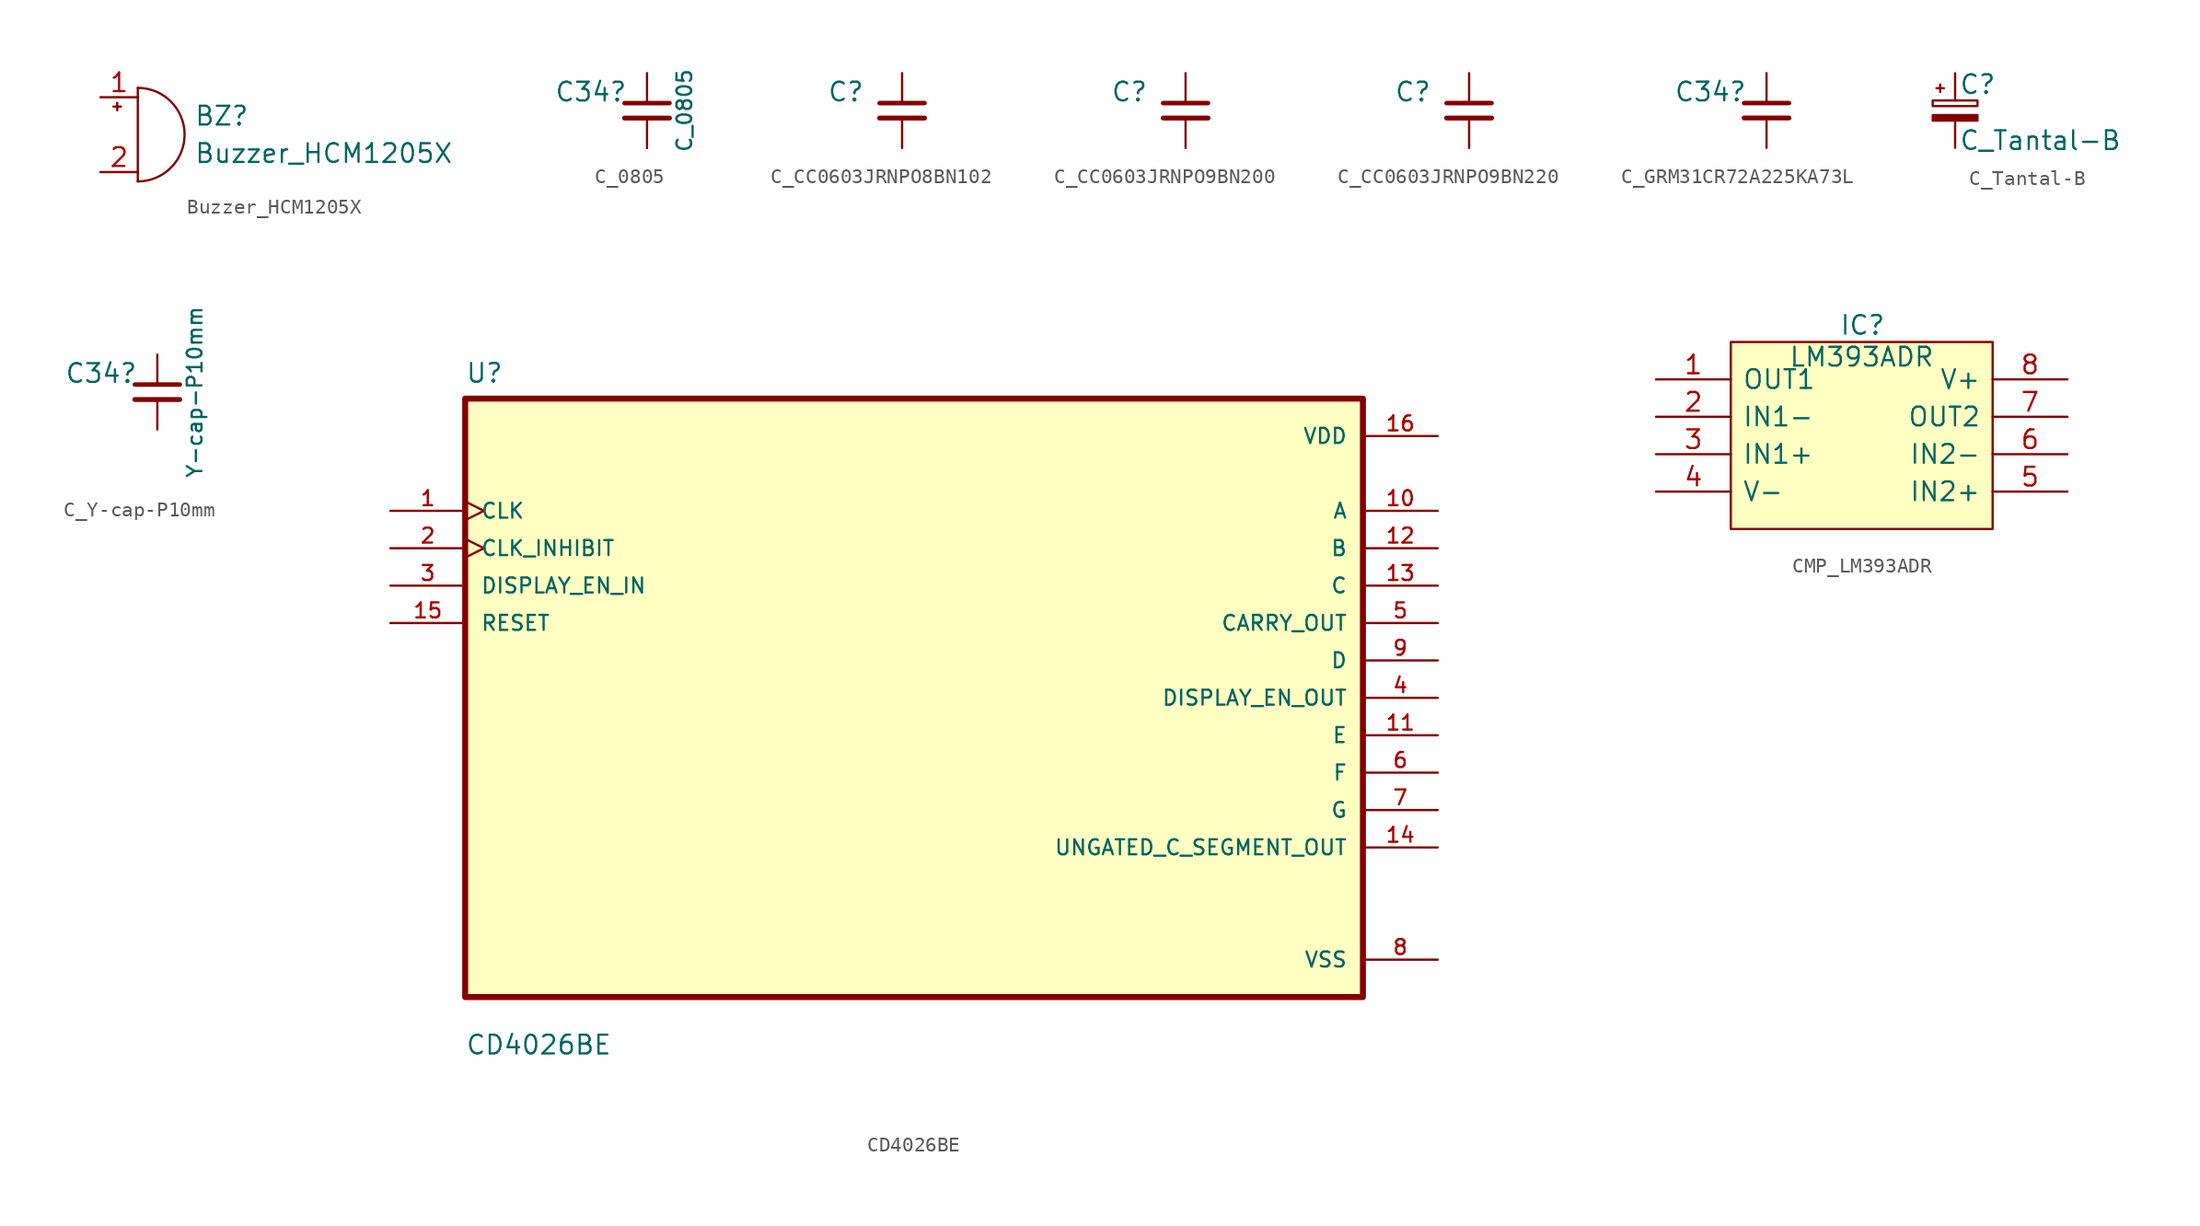
<source format=kicad_sym>
(kicad_symbol_lib
  (version 20220914)
  (generator kicad_symbol_editor)
  (symbol "Buzzer_HCM1205X"
    (pin_names
      (offset 0.025) hide)
    (property "Reference" "BZ"
      (at 3.81 1.27 0)
      (effects (font (size 1.27 1.27)) (justify left)))
    (property "Value" "Buzzer_HCM1205X"
      (at 3.81 -1.27 0)
      (effects (font (size 1.27 1.27)) (justify left)))
    (symbol "Buzzer_HCM1205X_0_1"
      (arc (start 0 -3.175) (mid 3.1612 0) (end 0 3.175) (stroke (width 0) (type default)) (fill (type none)))
      (polyline (pts (xy -1.651 1.905) (xy -1.143 1.905)) (stroke (width 0) (type default)) (fill (type none)))
      (polyline (pts (xy -1.397 2.159) (xy -1.397 1.651)) (stroke (width 0) (type default)) (fill (type none)))
      (polyline (pts (xy 0 3.175) (xy 0 -3.175)) (stroke (width 0) (type default)) (fill (type none))))
    (symbol "Buzzer_HCM1205X_1_1"
      (pin passive line (at -2.54 2.54 0) (length 2.54) (name "-" (effects (font (size 1.27 1.27)))) (number "1" (effects (font (size 1.27 1.27)))))
      (pin passive line (at -2.54 -2.54 0) (length 2.54) (name "+" (effects (font (size 1.27 1.27)))) (number "2" (effects (font (size 1.27 1.27)))))))
  (symbol "C_0805"
    (pin_numbers hide)
    (pin_names
      (offset 0.254) hide)
    (property "Reference" "C34"
      (at -3.81 1.27 0)
      (effects (font (size 1.27 1.27))))
    (property "Value" "C_0805"
      (at 2.54 0 90)
      (effects (font (size 1 1))))
    (symbol "C_0805_0_1"
      (polyline (pts (xy -1.524 -0.508) (xy 1.524 -0.508)) (stroke (width 0.33) (type default)) (fill (type none)))
      (polyline (pts (xy -1.524 0.508) (xy 1.524 0.508)) (stroke (width 0.305) (type default)) (fill (type none))))
    (symbol "C_0805_1_1"
      (pin passive line (at 0 2.54 270) (length 2.032) (name "~" (effects (font (size 1.27 1.27)))) (number "1" (effects (font (size 1.27 1.27)))))
      (pin passive line (at 0 -2.54 90) (length 2.032) (name "~" (effects (font (size 1.27 1.27)))) (number "2" (effects (font (size 1.27 1.27)))))))
  (symbol "C_CC0603JRNPO8BN102"
    (pin_numbers hide)
    (pin_names
      (offset 0.254) hide)
    (property "Reference" "C"
      (at -3.81 1.27 0)
      (effects (font (size 1.27 1.27))))
    (symbol "C_CC0603JRNPO8BN102_0_1"
      (polyline (pts (xy -1.524 -0.508) (xy 1.524 -0.508)) (stroke (width 0.33) (type default)) (fill (type none)))
      (polyline (pts (xy -1.524 0.508) (xy 1.524 0.508)) (stroke (width 0.305) (type default)) (fill (type none))))
    (symbol "C_CC0603JRNPO8BN102_1_1"
      (pin passive line (at 0 2.54 270) (length 2.032) (name "~" (effects (font (size 1.27 1.27)))) (number "1" (effects (font (size 1.27 1.27)))))
      (pin passive line (at 0 -2.54 90) (length 2.032) (name "~" (effects (font (size 1.27 1.27)))) (number "2" (effects (font (size 1.27 1.27)))))))
  (symbol "C_CC0603JRNPO9BN200"
    (pin_numbers hide)
    (pin_names
      (offset 0.254) hide)
    (property "Reference" "C"
      (at -3.81 1.27 0)
      (effects (font (size 1.27 1.27))))
    (symbol "C_CC0603JRNPO9BN200_0_1"
      (polyline (pts (xy -1.524 -0.508) (xy 1.524 -0.508)) (stroke (width 0.33) (type default)) (fill (type none)))
      (polyline (pts (xy -1.524 0.508) (xy 1.524 0.508)) (stroke (width 0.305) (type default)) (fill (type none))))
    (symbol "C_CC0603JRNPO9BN200_1_1"
      (pin passive line (at 0 2.54 270) (length 2.032) (name "~" (effects (font (size 1.27 1.27)))) (number "1" (effects (font (size 1.27 1.27)))))
      (pin passive line (at 0 -2.54 90) (length 2.032) (name "~" (effects (font (size 1.27 1.27)))) (number "2" (effects (font (size 1.27 1.27)))))))
  (symbol "C_CC0603JRNPO9BN220"
    (pin_numbers hide)
    (pin_names
      (offset 0.254) hide)
    (property "Reference" "C"
      (at -3.81 1.27 0)
      (effects (font (size 1.27 1.27))))
    (symbol "C_CC0603JRNPO9BN220_0_1"
      (polyline (pts (xy -1.524 -0.508) (xy 1.524 -0.508)) (stroke (width 0.33) (type default)) (fill (type none)))
      (polyline (pts (xy -1.524 0.508) (xy 1.524 0.508)) (stroke (width 0.305) (type default)) (fill (type none))))
    (symbol "C_CC0603JRNPO9BN220_1_1"
      (pin passive line (at 0 2.54 270) (length 2.032) (name "~" (effects (font (size 1.27 1.27)))) (number "1" (effects (font (size 1.27 1.27)))))
      (pin passive line (at 0 -2.54 90) (length 2.032) (name "~" (effects (font (size 1.27 1.27)))) (number "2" (effects (font (size 1.27 1.27)))))))
  (symbol "C_GRM31CR72A225KA73L"
    (pin_numbers hide)
    (pin_names
      (offset 0.254) hide)
    (property "Reference" "C34"
      (at -3.81 1.27 0)
      (effects (font (size 1.27 1.27))))
    (symbol "C_GRM31CR72A225KA73L_0_1"
      (polyline (pts (xy -1.524 -0.508) (xy 1.524 -0.508)) (stroke (width 0.33) (type default)) (fill (type none)))
      (polyline (pts (xy -1.524 0.508) (xy 1.524 0.508)) (stroke (width 0.305) (type default)) (fill (type none))))
    (symbol "C_GRM31CR72A225KA73L_1_1"
      (pin passive line (at 0 2.54 270) (length 2.032) (name "~" (effects (font (size 1.27 1.27)))) (number "1" (effects (font (size 1.27 1.27)))))
      (pin passive line (at 0 -2.54 90) (length 2.032) (name "~" (effects (font (size 1.27 1.27)))) (number "2" (effects (font (size 1.27 1.27)))))))
  (symbol "C_Tantal-B"
    (pin_numbers hide)
    (pin_names
      (offset 0.254) hide)
    (property "Reference" "C"
      (at 0.254 1.778 0)
      (effects (font (size 1.27 1.27)) (justify left)))
    (property "Value" "C_Tantal-B"
      (at 0.254 -2.032 0)
      (effects (font (size 1.27 1.27)) (justify left)))
    (symbol "C_Tantal-B_0_1"
      (rectangle (start -1.524 -0.305) (end 1.524 -0.686) (stroke (width 0) (type default)) (fill (type outline)))
      (rectangle (start -1.524 0.686) (end 1.524 0.305) (stroke (width 0) (type default)) (fill (type none)))
      (polyline (pts (xy -1.27 1.524) (xy -0.762 1.524)) (stroke (width 0) (type default)) (fill (type none)))
      (polyline (pts (xy -1.016 1.27) (xy -1.016 1.778)) (stroke (width 0) (type default)) (fill (type none))))
    (symbol "C_Tantal-B_1_1"
      (pin passive line (at 0 2.54 270) (length 1.854) (name "~" (effects (font (size 1.27 1.27)))) (number "1" (effects (font (size 1.27 1.27)))))
      (pin passive line (at 0 -2.54 90) (length 1.854) (name "~" (effects (font (size 1.27 1.27)))) (number "2" (effects (font (size 1.27 1.27)))))))
  (symbol "C_Y-cap-P10mm"
    (pin_numbers hide)
    (pin_names
      (offset 0.254) hide)
    (property "Reference" "C34"
      (at -3.81 1.27 0)
      (effects (font (size 1.27 1.27))))
    (property "Value" "Y-cap-P10mm"
      (at 2.54 0 90)
      (effects (font (size 1 1))))
    (symbol "C_Y-cap-P10mm_0_1"
      (polyline (pts (xy -1.524 -0.508) (xy 1.524 -0.508)) (stroke (width 0.33) (type default)) (fill (type none)))
      (polyline (pts (xy -1.524 0.508) (xy 1.524 0.508)) (stroke (width 0.305) (type default)) (fill (type none))))
    (symbol "C_Y-cap-P10mm_1_1"
      (pin passive line (at 0 2.54 270) (length 2.032) (name "~" (effects (font (size 1.27 1.27)))) (number "1" (effects (font (size 1.27 1.27)))))
      (pin passive line (at 0 -2.54 90) (length 2.032) (name "~" (effects (font (size 1.27 1.27)))) (number "2" (effects (font (size 1.27 1.27)))))))
  (symbol "CD4026BE"
    (pin_names
      (offset 1.016))
    (property "Reference" "U"
      (at -30.48 21.311 0)
      (effects (font (size 1.27 1.27)) (justify left bottom)))
    (property "Value" "CD4026BE"
      (at -30.48 -24.308 0)
      (effects (font (size 1.27 1.27)) (justify left bottom)))
    (symbol "CD4026BE_0_0"
      (rectangle (start -30.48 -20.32) (end 30.48 20.32) (stroke (width 0.406) (type default)) (fill (type background)))
      (pin input clock (at -35.56 12.7 0) (length 5.08) (name "CLK" (effects (font (size 1.016 1.016)))) (number "1" (effects (font (size 1.016 1.016)))))
      (pin output line (at 35.56 12.7 180) (length 5.08) (name "A" (effects (font (size 1.016 1.016)))) (number "10" (effects (font (size 1.016 1.016)))))
      (pin output line (at 35.56 -2.54 180) (length 5.08) (name "E" (effects (font (size 1.016 1.016)))) (number "11" (effects (font (size 1.016 1.016)))))
      (pin output line (at 35.56 10.16 180) (length 5.08) (name "B" (effects (font (size 1.016 1.016)))) (number "12" (effects (font (size 1.016 1.016)))))
      (pin output line (at 35.56 7.62 180) (length 5.08) (name "C" (effects (font (size 1.016 1.016)))) (number "13" (effects (font (size 1.016 1.016)))))
      (pin output line (at 35.56 -10.16 180) (length 5.08) (name "UNGATED_C_SEGMENT_OUT" (effects (font (size 1.016 1.016)))) (number "14" (effects (font (size 1.016 1.016)))))
      (pin input line (at -35.56 5.08 0) (length 5.08) (name "RESET" (effects (font (size 1.016 1.016)))) (number "15" (effects (font (size 1.016 1.016)))))
      (pin power_in line (at 35.56 17.78 180) (length 5.08) (name "VDD" (effects (font (size 1.016 1.016)))) (number "16" (effects (font (size 1.016 1.016)))))
      (pin input clock (at -35.56 10.16 0) (length 5.08) (name "CLK_INHIBIT" (effects (font (size 1.016 1.016)))) (number "2" (effects (font (size 1.016 1.016)))))
      (pin input line (at -35.56 7.62 0) (length 5.08) (name "DISPLAY_EN_IN" (effects (font (size 1.016 1.016)))) (number "3" (effects (font (size 1.016 1.016)))))
      (pin output line (at 35.56 0 180) (length 5.08) (name "DISPLAY_EN_OUT" (effects (font (size 1.016 1.016)))) (number "4" (effects (font (size 1.016 1.016)))))
      (pin output line (at 35.56 5.08 180) (length 5.08) (name "CARRY_OUT" (effects (font (size 1.016 1.016)))) (number "5" (effects (font (size 1.016 1.016)))))
      (pin output line (at 35.56 -5.08 180) (length 5.08) (name "F" (effects (font (size 1.016 1.016)))) (number "6" (effects (font (size 1.016 1.016)))))
      (pin output line (at 35.56 -7.62 180) (length 5.08) (name "G" (effects (font (size 1.016 1.016)))) (number "7" (effects (font (size 1.016 1.016)))))
      (pin power_in line (at 35.56 -17.78 180) (length 5.08) (name "VSS" (effects (font (size 1.016 1.016)))) (number "8" (effects (font (size 1.016 1.016)))))
      (pin output line (at 35.56 2.54 180) (length 5.08) (name "D" (effects (font (size 1.016 1.016)))) (number "9" (effects (font (size 1.016 1.016)))))))
  (symbol "CMP_LM393ADR"
    (pin_names
      (offset 0.762))
    (property "Reference" "IC"
      (at 12.446 3.683 0)
      (effects (font (size 1.27 1.27)) (justify left)))
    (property "Value" "LM393ADR"
      (at 13.97 1.524 0)
      (effects (font (size 1.27 1.27))))
    (symbol "CMP_LM393ADR_0_0"
      (pin passive line (at 0 0 0) (length 5.08) (name "OUT1" (effects (font (size 1.27 1.27)))) (number "1" (effects (font (size 1.27 1.27)))))
      (pin passive line (at 0 -2.54 0) (length 5.08) (name "IN1-" (effects (font (size 1.27 1.27)))) (number "2" (effects (font (size 1.27 1.27)))))
      (pin passive line (at 0 -5.08 0) (length 5.08) (name "IN1+" (effects (font (size 1.27 1.27)))) (number "3" (effects (font (size 1.27 1.27)))))
      (pin passive line (at 0 -7.62 0) (length 5.08) (name "V-" (effects (font (size 1.27 1.27)))) (number "4" (effects (font (size 1.27 1.27)))))
      (pin passive line (at 27.94 -7.62 180) (length 5.08) (name "IN2+" (effects (font (size 1.27 1.27)))) (number "5" (effects (font (size 1.27 1.27)))))
      (pin passive line (at 27.94 -5.08 180) (length 5.08) (name "IN2-" (effects (font (size 1.27 1.27)))) (number "6" (effects (font (size 1.27 1.27)))))
      (pin passive line (at 27.94 -2.54 180) (length 5.08) (name "OUT2" (effects (font (size 1.27 1.27)))) (number "7" (effects (font (size 1.27 1.27)))))
      (pin passive line (at 27.94 0 180) (length 5.08) (name "V+" (effects (font (size 1.27 1.27)))) (number "8" (effects (font (size 1.27 1.27))))))
    (symbol "CMP_LM393ADR_0_1"
      (polyline (pts (xy 5.08 2.54) (xy 22.86 2.54) (xy 22.86 -10.16) (xy 5.08 -10.16) (xy 5.08 2.54)) (stroke (width 0.152) (type default)) (fill (type background))))))
</source>
